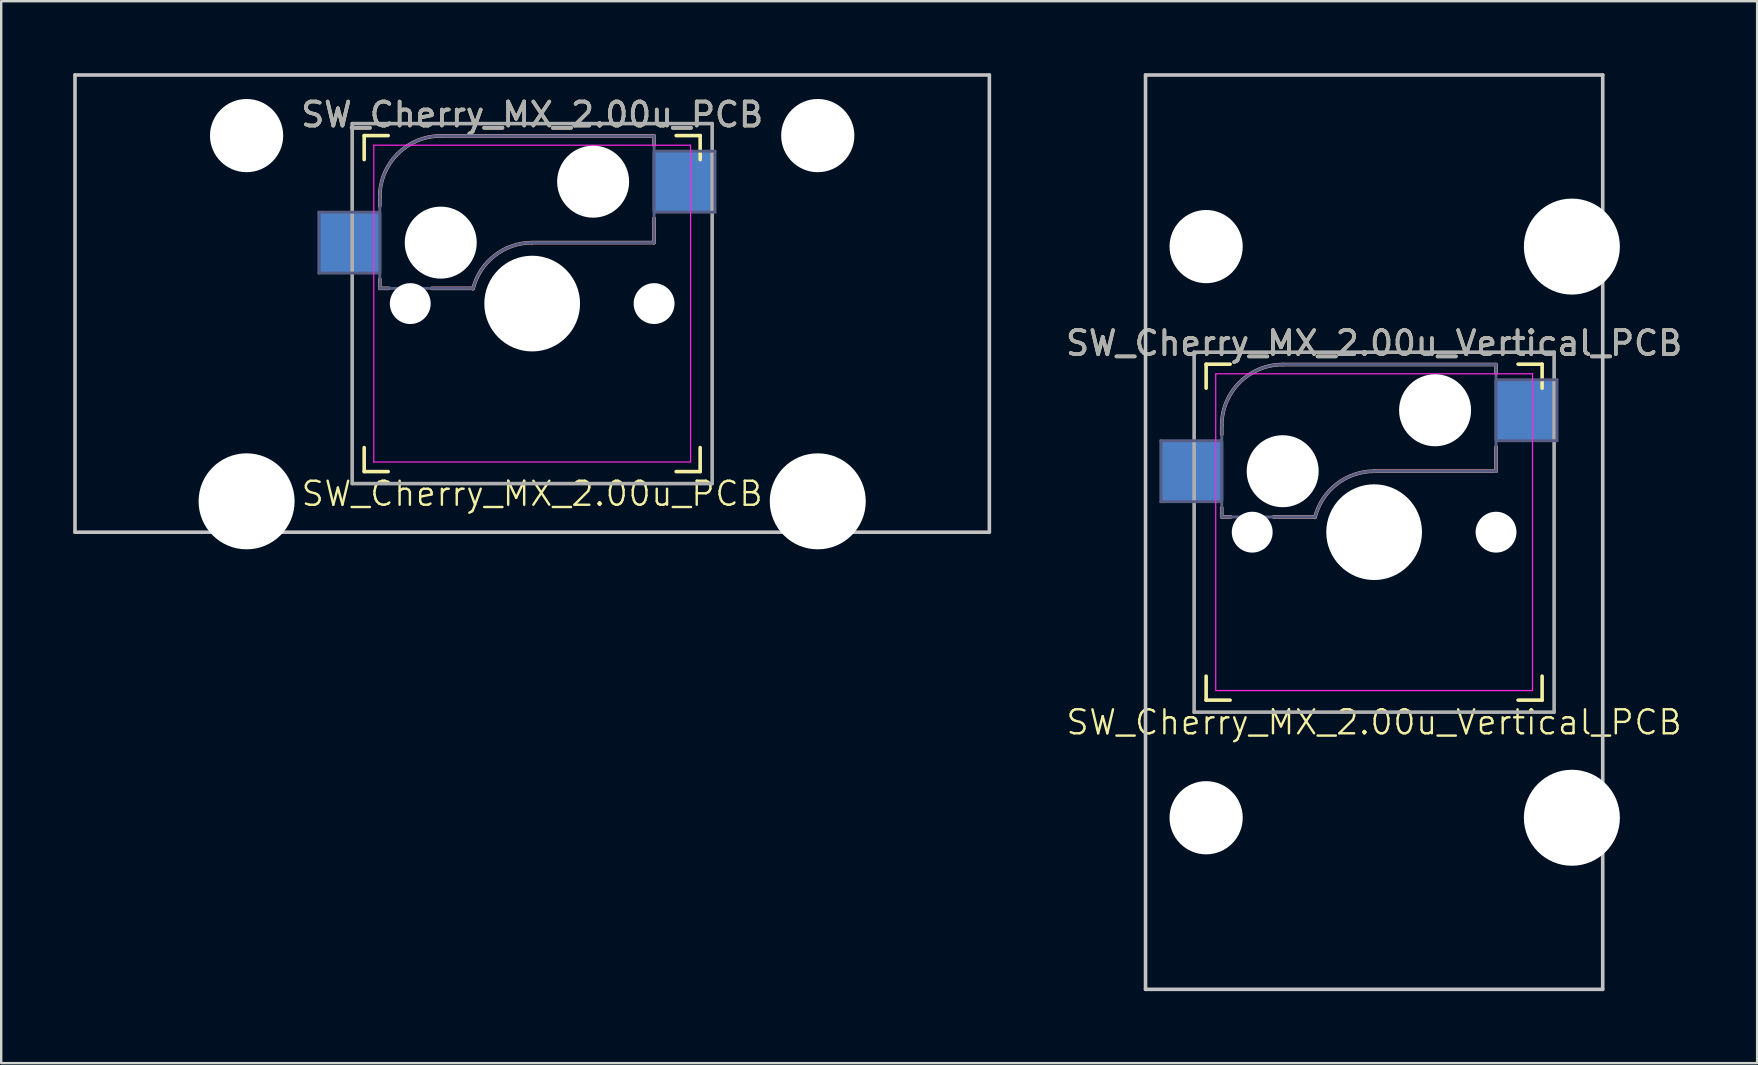
<source format=kicad_pcb>
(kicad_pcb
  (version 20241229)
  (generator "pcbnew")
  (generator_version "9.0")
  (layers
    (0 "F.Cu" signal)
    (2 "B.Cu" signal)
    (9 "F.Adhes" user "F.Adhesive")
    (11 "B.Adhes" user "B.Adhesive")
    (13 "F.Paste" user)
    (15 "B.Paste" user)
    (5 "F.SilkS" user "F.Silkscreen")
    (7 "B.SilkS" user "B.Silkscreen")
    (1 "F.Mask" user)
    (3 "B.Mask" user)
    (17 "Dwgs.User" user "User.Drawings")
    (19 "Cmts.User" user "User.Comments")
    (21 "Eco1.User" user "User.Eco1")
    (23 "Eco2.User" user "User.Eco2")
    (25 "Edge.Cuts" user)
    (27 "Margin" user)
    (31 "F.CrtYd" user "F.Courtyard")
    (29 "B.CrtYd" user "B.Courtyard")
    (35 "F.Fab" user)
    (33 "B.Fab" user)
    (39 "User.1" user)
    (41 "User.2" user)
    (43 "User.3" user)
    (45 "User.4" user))
  (footprint "SW_Cherry_MX_2.00u_Vertical_PCB"
    (layer "F.Cu")
    (at 54.208 19.125)
    (property "Reference" "SW_Cherry_MX_2.00u_Vertical_PCB" (at 0 -7.874 0) (layer "F.SilkS") (effects (font (size 1 1) (thickness 0.15))))
    (property "Value" "SW_Cherry_MX_2.00u_Vertical_PCB" (at 0 7.874 0) (layer "F.Fab") (hide yes) (effects (font (size 1 1) (thickness 0.15))))
    (attr through_hole)
    (fp_line (start -7 -6) (end -7 -7) (stroke (width 0.15) (type solid)) (layer "F.SilkS"))
    (fp_line (start -7 7) (end -7 6) (stroke (width 0.15) (type solid)) (layer "F.SilkS"))
    (fp_line (start -7 7) (end -6 7) (stroke (width 0.15) (type solid)) (layer "F.SilkS"))
    (fp_line (start -6 -7) (end -7 -7) (stroke (width 0.15) (type solid)) (layer "F.SilkS"))
    (fp_line (start 6 7) (end 7 7) (stroke (width 0.15) (type solid)) (layer "F.SilkS"))
    (fp_line (start 7 -7) (end 6 -7) (stroke (width 0.15) (type solid)) (layer "F.SilkS"))
    (fp_line (start 7 -7) (end 7 -6) (stroke (width 0.15) (type solid)) (layer "F.SilkS"))
    (fp_line (start 7 6) (end 7 7) (stroke (width 0.15) (type solid)) (layer "F.SilkS"))
    (fp_line (start -6.35 -4.445) (end -6.35 -4.064) (stroke (width 0.15) (type solid)) (layer "B.SilkS"))
    (fp_line (start -6.35 -1.016) (end -6.35 -0.635) (stroke (width 0.15) (type solid)) (layer "B.SilkS"))
    (fp_line (start -5.969 -0.635) (end -6.35 -0.635) (stroke (width 0.15) (type solid)) (layer "B.SilkS"))
    (fp_line (start -3.81 -6.985) (end 5.08 -6.985) (stroke (width 0.15) (type solid)) (layer "B.SilkS"))
    (fp_line (start -2.464 -0.635) (end -4.191 -0.635) (stroke (width 0.15) (type solid)) (layer "B.SilkS"))
    (fp_line (start 5.08 -6.985) (end 5.08 -6.604) (stroke (width 0.15) (type solid)) (layer "B.SilkS"))
    (fp_line (start 5.08 -3.556) (end 5.08 -2.54) (stroke (width 0.15) (type solid)) (layer "B.SilkS"))
    (fp_line (start 5.08 -2.54) (end 0 -2.54) (stroke (width 0.15) (type solid)) (layer "B.SilkS"))
    (fp_arc (start -6.35 -4.445) (mid -5.606051 -6.241051) (end -3.81 -6.985) (stroke (width 0.15) (type solid)) (layer "B.SilkS"))
    (fp_arc (start -2.464162 -0.61604) (mid -1.563147 -2.002042) (end 0 -2.54) (stroke (width 0.15) (type solid)) (layer "B.SilkS"))
    (fp_line (start -9.525 -19.05) (end 9.525 -19.05) (stroke (width 0.15) (type solid)) (layer "Dwgs.User"))
    (fp_line (start -9.525 19.05) (end -9.525 -19.05) (stroke (width 0.15) (type solid)) (layer "Dwgs.User"))
    (fp_line (start 9.525 -19.05) (end 9.525 19.05) (stroke (width 0.15) (type solid)) (layer "Dwgs.User"))
    (fp_line (start 9.525 19.05) (end -9.525 19.05) (stroke (width 0.15) (type solid)) (layer "Dwgs.User"))
    (fp_line (start -6.9 6.9) (end -6.9 -6.9) (stroke (width 0.15) (type solid)) (layer "Eco2.User"))
    (fp_line (start -6.9 6.9) (end 6.9 6.9) (stroke (width 0.15) (type solid)) (layer "Eco2.User"))
    (fp_line (start 6.9 -6.9) (end -6.9 -6.9) (stroke (width 0.15) (type solid)) (layer "Eco2.User"))
    (fp_line (start 6.9 -6.9) (end 6.9 6.9) (stroke (width 0.15) (type solid)) (layer "Eco2.User"))
    (fp_line (start -6.6 -6.6) (end 6.6 -6.6) (stroke (width 0.05) (type solid)) (layer "F.CrtYd"))
    (fp_line (start -6.6 6.6) (end -6.6 -6.6) (stroke (width 0.05) (type solid)) (layer "F.CrtYd"))
    (fp_line (start 6.6 -6.6) (end 6.6 6.6) (stroke (width 0.05) (type solid)) (layer "F.CrtYd"))
    (fp_line (start 6.6 6.6) (end -6.6 6.6) (stroke (width 0.05) (type solid)) (layer "F.CrtYd"))
    (fp_line (start -8.89 -3.81) (end -6.35 -3.81) (stroke (width 0.12) (type solid)) (layer "B.Fab"))
    (fp_line (start -8.89 -1.27) (end -8.89 -3.81) (stroke (width 0.12) (type solid)) (layer "B.Fab"))
    (fp_line (start -6.35 -1.27) (end -8.89 -1.27) (stroke (width 0.12) (type solid)) (layer "B.Fab"))
    (fp_line (start -6.35 -0.635) (end -6.35 -4.445) (stroke (width 0.12) (type solid)) (layer "B.Fab"))
    (fp_line (start -6.35 -0.635) (end -2.54 -0.635) (stroke (width 0.12) (type solid)) (layer "B.Fab"))
    (fp_line (start -3.81 -6.985) (end 5.08 -6.985) (stroke (width 0.12) (type solid)) (layer "B.Fab"))
    (fp_line (start 5.08 -6.985) (end 5.08 -2.54) (stroke (width 0.12) (type solid)) (layer "B.Fab"))
    (fp_line (start 5.08 -6.35) (end 7.62 -6.35) (stroke (width 0.12) (type solid)) (layer "B.Fab"))
    (fp_line (start 5.08 -2.54) (end 0 -2.54) (stroke (width 0.12) (type solid)) (layer "B.Fab"))
    (fp_line (start 7.62 -6.35) (end 7.62 -3.81) (stroke (width 0.12) (type solid)) (layer "B.Fab"))
    (fp_line (start 7.62 -3.81) (end 5.08 -3.81) (stroke (width 0.12) (type solid)) (layer "B.Fab"))
    (fp_arc (start -6.35 -4.445) (mid -5.606051 -6.241051) (end -3.81 -6.985) (stroke (width 0.12) (type solid)) (layer "B.Fab"))
    (fp_arc (start -2.464162 -0.61604) (mid -1.563147 -2.002042) (end 0 -2.54) (stroke (width 0.12) (type solid)) (layer "B.Fab"))
    (fp_line (start -7.5 -7.5) (end 7.5 -7.5) (stroke (width 0.15) (type solid)) (layer "F.Fab"))
    (fp_line (start -7.5 7.5) (end -7.5 -7.5) (stroke (width 0.15) (type solid)) (layer "F.Fab"))
    (fp_line (start 7.5 -7.5) (end 7.5 7.5) (stroke (width 0.15) (type solid)) (layer "F.Fab"))
    (fp_line (start 7.5 7.5) (end -7.5 7.5) (stroke (width 0.15) (type solid)) (layer "F.Fab"))
    (fp_text user "${VALUE}" (at 0 8.508 0) (unlocked yes) (layer "F.SilkS") (effects (font (size 1 1) (thickness 0.1)) (justify bottom)))
    (fp_text user "${REFERENCE}" (at 0 -7.874 0) (layer "F.Fab") (effects (font (size 1 1) (thickness 0.15))))
    (pad "" np_thru_hole circle (at -7 -11.9) (size 3.05 3.05) (drill 3.05) (layers "*.Cu" "*.Mask"))
    (pad "" np_thru_hole circle (at -7 11.9) (size 3.05 3.05) (drill 3.05) (layers "*.Cu" "*.Mask"))
    (pad "" np_thru_hole circle (at -5.08 0) (size 1.702 1.702) (drill 1.702) (layers "*.Cu" "*.Mask"))
    (pad "" np_thru_hole circle (at -3.81 -2.54) (size 3 3) (drill 3) (layers "*.Cu" "*.Mask"))
    (pad "" np_thru_hole circle (at 0 0) (size 3.988 3.988) (drill 3.988) (layers "*.Cu" "*.Mask"))
    (pad "" np_thru_hole circle (at 2.54 -5.08) (size 3 3) (drill 3) (layers "*.Cu" "*.Mask"))
    (pad "" np_thru_hole circle (at 5.08 0) (size 1.702 1.702) (drill 1.702) (layers "*.Cu" "*.Mask"))
    (pad "" np_thru_hole circle (at 8.24 -11.9) (size 4 4) (drill 4) (layers "*.Cu" "*.Mask"))
    (pad "" np_thru_hole circle (at 8.24 11.9) (size 4 4) (drill 4) (layers "*.Cu" "*.Mask"))
    (pad "1" smd rect (at 6.29 -5.08) (size 2.55 2.5) (layers "B.Cu" "B.Mask" "B.Paste"))
    (pad "2" smd rect (at -7.56 -2.54) (size 2.55 2.5) (layers "B.Cu" "B.Mask" "B.Paste")))
  (footprint "SW_Cherry_MX_2.00u_PCB"
    (layer "F.Cu")
    (at 19.125 9.6)
    (property "Reference" "SW_Cherry_MX_2.00u_PCB" (at 0 -7.874 0) (layer "F.SilkS") (effects (font (size 1 1) (thickness 0.15))))
    (property "Value" "SW_Cherry_MX_2.00u_PCB" (at 0 7.874 0) (layer "F.Fab") (hide yes) (effects (font (size 1 1) (thickness 0.15))))
    (attr through_hole)
    (fp_line (start -7 -6) (end -7 -7) (stroke (width 0.15) (type solid)) (layer "F.SilkS"))
    (fp_line (start -7 7) (end -7 6) (stroke (width 0.15) (type solid)) (layer "F.SilkS"))
    (fp_line (start -7 7) (end -6 7) (stroke (width 0.15) (type solid)) (layer "F.SilkS"))
    (fp_line (start -6 -7) (end -7 -7) (stroke (width 0.15) (type solid)) (layer "F.SilkS"))
    (fp_line (start 6 7) (end 7 7) (stroke (width 0.15) (type solid)) (layer "F.SilkS"))
    (fp_line (start 7 -7) (end 6 -7) (stroke (width 0.15) (type solid)) (layer "F.SilkS"))
    (fp_line (start 7 -7) (end 7 -6) (stroke (width 0.15) (type solid)) (layer "F.SilkS"))
    (fp_line (start 7 6) (end 7 7) (stroke (width 0.15) (type solid)) (layer "F.SilkS"))
    (fp_line (start -6.35 -4.445) (end -6.35 -4.064) (stroke (width 0.15) (type solid)) (layer "B.SilkS"))
    (fp_line (start -6.35 -1.016) (end -6.35 -0.635) (stroke (width 0.15) (type solid)) (layer "B.SilkS"))
    (fp_line (start -5.969 -0.635) (end -6.35 -0.635) (stroke (width 0.15) (type solid)) (layer "B.SilkS"))
    (fp_line (start -3.81 -6.985) (end 5.08 -6.985) (stroke (width 0.15) (type solid)) (layer "B.SilkS"))
    (fp_line (start -2.464 -0.635) (end -4.191 -0.635) (stroke (width 0.15) (type solid)) (layer "B.SilkS"))
    (fp_line (start 5.08 -6.985) (end 5.08 -6.604) (stroke (width 0.15) (type solid)) (layer "B.SilkS"))
    (fp_line (start 5.08 -3.556) (end 5.08 -2.54) (stroke (width 0.15) (type solid)) (layer "B.SilkS"))
    (fp_line (start 5.08 -2.54) (end 0 -2.54) (stroke (width 0.15) (type solid)) (layer "B.SilkS"))
    (fp_arc (start -6.35 -4.445) (mid -5.606051 -6.241051) (end -3.81 -6.985) (stroke (width 0.15) (type solid)) (layer "B.SilkS"))
    (fp_arc (start -2.464162 -0.61604) (mid -1.563147 -2.002042) (end 0 -2.54) (stroke (width 0.15) (type solid)) (layer "B.SilkS"))
    (fp_line (start -19.05 -9.525) (end 19.05 -9.525) (stroke (width 0.15) (type solid)) (layer "Dwgs.User"))
    (fp_line (start -19.05 9.525) (end -19.05 -9.525) (stroke (width 0.15) (type solid)) (layer "Dwgs.User"))
    (fp_line (start 19.05 -9.525) (end 19.05 9.525) (stroke (width 0.15) (type solid)) (layer "Dwgs.User"))
    (fp_line (start 19.05 9.525) (end -19.05 9.525) (stroke (width 0.15) (type solid)) (layer "Dwgs.User"))
    (fp_line (start -6.9 6.9) (end -6.9 -6.9) (stroke (width 0.15) (type solid)) (layer "Eco2.User"))
    (fp_line (start -6.9 6.9) (end 6.9 6.9) (stroke (width 0.15) (type solid)) (layer "Eco2.User"))
    (fp_line (start 6.9 -6.9) (end -6.9 -6.9) (stroke (width 0.15) (type solid)) (layer "Eco2.User"))
    (fp_line (start 6.9 -6.9) (end 6.9 6.9) (stroke (width 0.15) (type solid)) (layer "Eco2.User"))
    (fp_line (start -6.6 -6.6) (end 6.6 -6.6) (stroke (width 0.05) (type solid)) (layer "F.CrtYd"))
    (fp_line (start -6.6 6.6) (end -6.6 -6.6) (stroke (width 0.05) (type solid)) (layer "F.CrtYd"))
    (fp_line (start 6.6 -6.6) (end 6.6 6.6) (stroke (width 0.05) (type solid)) (layer "F.CrtYd"))
    (fp_line (start 6.6 6.6) (end -6.6 6.6) (stroke (width 0.05) (type solid)) (layer "F.CrtYd"))
    (fp_line (start -8.89 -3.81) (end -6.35 -3.81) (stroke (width 0.12) (type solid)) (layer "B.Fab"))
    (fp_line (start -8.89 -1.27) (end -8.89 -3.81) (stroke (width 0.12) (type solid)) (layer "B.Fab"))
    (fp_line (start -6.35 -1.27) (end -8.89 -1.27) (stroke (width 0.12) (type solid)) (layer "B.Fab"))
    (fp_line (start -6.35 -0.635) (end -6.35 -4.445) (stroke (width 0.12) (type solid)) (layer "B.Fab"))
    (fp_line (start -6.35 -0.635) (end -2.54 -0.635) (stroke (width 0.12) (type solid)) (layer "B.Fab"))
    (fp_line (start -3.81 -6.985) (end 5.08 -6.985) (stroke (width 0.12) (type solid)) (layer "B.Fab"))
    (fp_line (start 5.08 -6.985) (end 5.08 -2.54) (stroke (width 0.12) (type solid)) (layer "B.Fab"))
    (fp_line (start 5.08 -6.35) (end 7.62 -6.35) (stroke (width 0.12) (type solid)) (layer "B.Fab"))
    (fp_line (start 5.08 -2.54) (end 0 -2.54) (stroke (width 0.12) (type solid)) (layer "B.Fab"))
    (fp_line (start 7.62 -6.35) (end 7.62 -3.81) (stroke (width 0.12) (type solid)) (layer "B.Fab"))
    (fp_line (start 7.62 -3.81) (end 5.08 -3.81) (stroke (width 0.12) (type solid)) (layer "B.Fab"))
    (fp_arc (start -6.35 -4.445) (mid -5.606051 -6.241051) (end -3.81 -6.985) (stroke (width 0.12) (type solid)) (layer "B.Fab"))
    (fp_arc (start -2.464162 -0.61604) (mid -1.563147 -2.002042) (end 0 -2.54) (stroke (width 0.12) (type solid)) (layer "B.Fab"))
    (fp_line (start -7.5 -7.5) (end 7.5 -7.5) (stroke (width 0.15) (type solid)) (layer "F.Fab"))
    (fp_line (start -7.5 7.5) (end -7.5 -7.5) (stroke (width 0.15) (type solid)) (layer "F.Fab"))
    (fp_line (start 7.5 -7.5) (end 7.5 7.5) (stroke (width 0.15) (type solid)) (layer "F.Fab"))
    (fp_line (start 7.5 7.5) (end -7.5 7.5) (stroke (width 0.15) (type solid)) (layer "F.Fab"))
    (fp_text user "${VALUE}" (at 0 8.508 0) (unlocked yes) (layer "F.SilkS") (effects (font (size 1 1) (thickness 0.1)) (justify bottom)))
    (fp_text user "${REFERENCE}" (at 0 -7.874 0) (layer "F.Fab") (effects (font (size 1 1) (thickness 0.15))))
    (pad "" np_thru_hole circle (at -11.9 -7) (size 3.05 3.05) (drill 3.05) (layers "*.Cu" "*.Mask"))
    (pad "" np_thru_hole circle (at -11.9 8.24) (size 4 4) (drill 4) (layers "*.Cu" "*.Mask"))
    (pad "" np_thru_hole circle (at -5.08 0) (size 1.702 1.702) (drill 1.702) (layers "*.Cu" "*.Mask"))
    (pad "" np_thru_hole circle (at -3.81 -2.54) (size 3 3) (drill 3) (layers "*.Cu" "*.Mask"))
    (pad "" np_thru_hole circle (at 0 0) (size 3.988 3.988) (drill 3.988) (layers "*.Cu" "*.Mask"))
    (pad "" np_thru_hole circle (at 2.54 -5.08) (size 3 3) (drill 3) (layers "*.Cu" "*.Mask"))
    (pad "" np_thru_hole circle (at 5.08 0) (size 1.702 1.702) (drill 1.702) (layers "*.Cu" "*.Mask"))
    (pad "" np_thru_hole circle (at 11.9 -7) (size 3.05 3.05) (drill 3.05) (layers "*.Cu" "*.Mask"))
    (pad "" np_thru_hole circle (at 11.9 8.24) (size 4 4) (drill 4) (layers "*.Cu" "*.Mask"))
    (pad "1" smd rect (at 6.29 -5.08) (size 2.55 2.5) (layers "B.Cu" "B.Mask" "B.Paste"))
    (pad "2" smd rect (at -7.56 -2.54) (size 2.55 2.5) (layers "B.Cu" "B.Mask" "B.Paste")))
  (gr_rect
    (start -3 -3)
    (end 70.167 41.25)
    (stroke (width 0.1) (type default))
    (fill no)
    (layer "Edge.Cuts")))
</source>
